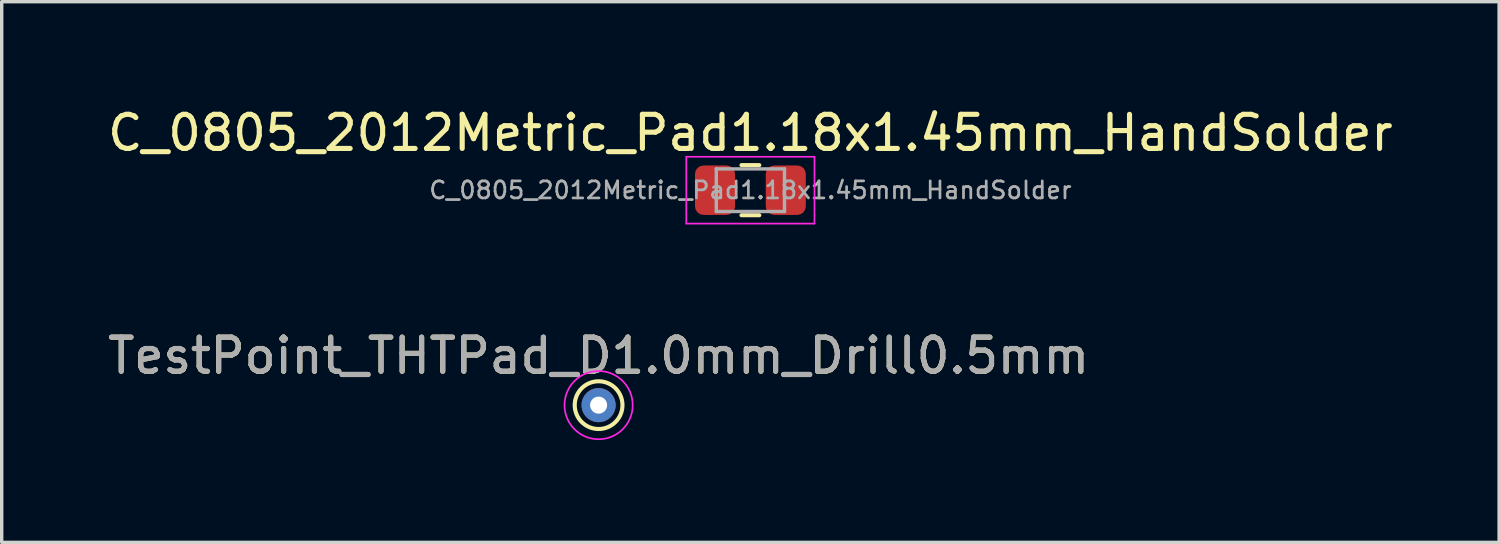
<source format=kicad_pcb>
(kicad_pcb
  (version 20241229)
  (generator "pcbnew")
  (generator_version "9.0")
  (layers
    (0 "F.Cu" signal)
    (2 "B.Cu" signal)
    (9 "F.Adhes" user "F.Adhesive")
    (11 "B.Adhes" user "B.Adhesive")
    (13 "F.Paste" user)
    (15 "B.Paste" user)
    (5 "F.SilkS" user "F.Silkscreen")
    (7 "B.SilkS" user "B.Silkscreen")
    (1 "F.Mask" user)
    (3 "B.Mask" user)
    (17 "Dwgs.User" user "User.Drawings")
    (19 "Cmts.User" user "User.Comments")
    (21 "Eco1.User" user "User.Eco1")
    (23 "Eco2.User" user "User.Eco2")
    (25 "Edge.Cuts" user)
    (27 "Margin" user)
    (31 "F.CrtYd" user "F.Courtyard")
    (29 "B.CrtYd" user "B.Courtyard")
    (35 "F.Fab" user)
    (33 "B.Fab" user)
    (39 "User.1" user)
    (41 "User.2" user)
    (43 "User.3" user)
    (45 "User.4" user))
  (footprint "TestPoint_THTPad_D1.0mm_Drill0.5mm"
    (layer "F.Cu")
    (at 14.506 8.832)
    (property "Reference" "TestPoint_THTPad_D1.0mm_Drill0.5mm" (at 0 -1.448 0) (layer "F.SilkS") (effects (font (size 1 1) (thickness 0.15))))
    (attr exclude_from_pos_files)
    (fp_circle (center 0 0) (end 0 0.7) (stroke (width 0.12) (type solid)) (fill no) (layer "F.SilkS"))
    (fp_circle (center 0 0) (end 1 0) (stroke (width 0.05) (type solid)) (fill no) (layer "F.CrtYd"))
    (fp_text user "${REFERENCE}" (at 0 -1.45 0) (layer "F.Fab") (effects (font (size 1 1) (thickness 0.15))))
    (pad "1" thru_hole circle (at 0 0) (size 1 1) (drill 0.5) (layers "*.Cu" "*.Mask")))
  (footprint "C_0805_2012Metric_Pad1.18x1.45mm_HandSolder"
    (layer "F.Cu")
    (at 18.958 2.528)
    (property "Reference" "C_0805_2012Metric_Pad1.18x1.45mm_HandSolder" (at 0 -1.68 0) (layer "F.SilkS") (effects (font (size 1 1) (thickness 0.15))))
    (attr smd)
    (fp_line (start -0.261 -0.735) (end 0.261 -0.735) (stroke (width 0.12) (type solid)) (layer "F.SilkS"))
    (fp_line (start -0.261 0.735) (end 0.261 0.735) (stroke (width 0.12) (type solid)) (layer "F.SilkS"))
    (fp_line (start -1.88 -0.98) (end 1.88 -0.98) (stroke (width 0.05) (type solid)) (layer "F.CrtYd"))
    (fp_line (start -1.88 0.98) (end -1.88 -0.98) (stroke (width 0.05) (type solid)) (layer "F.CrtYd"))
    (fp_line (start 1.88 -0.98) (end 1.88 0.98) (stroke (width 0.05) (type solid)) (layer "F.CrtYd"))
    (fp_line (start 1.88 0.98) (end -1.88 0.98) (stroke (width 0.05) (type solid)) (layer "F.CrtYd"))
    (fp_line (start -1 -0.625) (end 1 -0.625) (stroke (width 0.1) (type solid)) (layer "F.Fab"))
    (fp_line (start -1 0.625) (end -1 -0.625) (stroke (width 0.1) (type solid)) (layer "F.Fab"))
    (fp_line (start 1 -0.625) (end 1 0.625) (stroke (width 0.1) (type solid)) (layer "F.Fab"))
    (fp_line (start 1 0.625) (end -1 0.625) (stroke (width 0.1) (type solid)) (layer "F.Fab"))
    (fp_text user "${REFERENCE}" (at 0 0 0) (layer "F.Fab") (effects (font (size 0.5 0.5) (thickness 0.08))))
    (pad "1" smd roundrect (at -1.038 0) (size 1.175 1.45) (layers "F.Cu" "F.Mask" "F.Paste") (roundrect_rratio 0.213))
    (pad "2" smd roundrect (at 1.038 0) (size 1.175 1.45) (layers "F.Cu" "F.Mask" "F.Paste") (roundrect_rratio 0.213)))
  (gr_rect
    (start -3 -3)
    (end 40.917 12.857)
    (stroke (width 0.1) (type default))
    (fill no)
    (layer "Edge.Cuts")))
</source>
